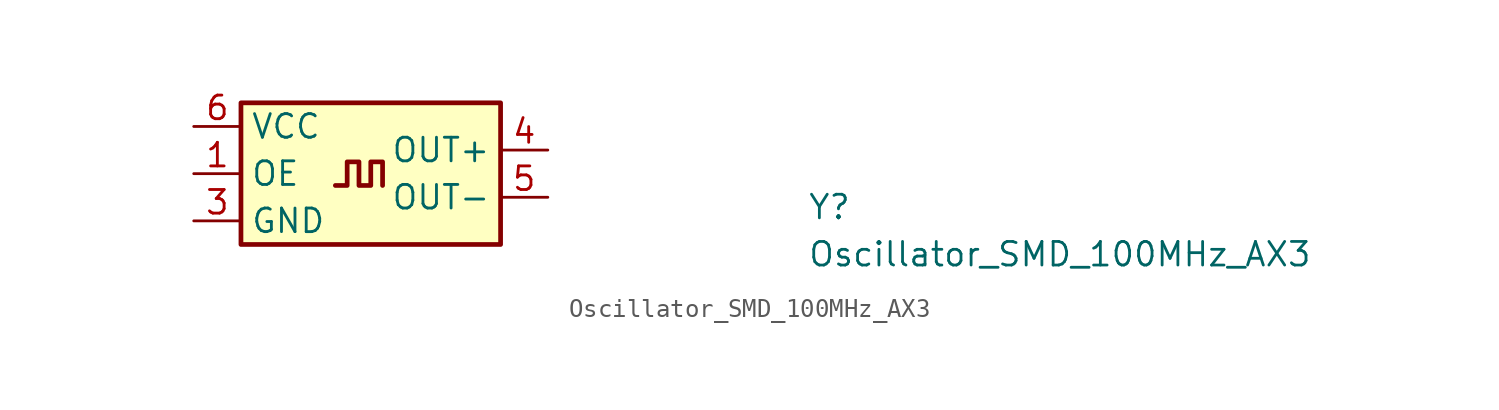
<source format=kicad_sym>
(kicad_symbol_lib
  (version 20211014)
  (generator kicad_symbol_editor)
  (symbol "Oscillator_SMD_100MHz_AX3"
    (property "Reference" "Y"
      (at 33.02 -5.08 0)
      (effects (font (size 1.27 1.27) (thickness 0.15)) (justify left bottom)))
    (property "Value" "Oscillator_SMD_100MHz_AX3"
      (at 33.02 -7.62 0)
      (effects (font (size 1.27 1.27) (thickness 0.15)) (justify left bottom)))
    (symbol "Oscillator_SMD_100MHz_AX3_1_1"
      (polyline (pts (xy 7.62 -3.175) (xy 8.255 -3.175) (xy 8.255 -1.905) (xy 8.89 -1.905) (xy 8.89 -3.175) (xy 9.525 -3.175) (xy 9.525 -1.905) (xy 10.16 -1.905) (xy 10.16 -3.175)) (stroke (width 0.254) (type default) (color 0 0 0 0)) (fill (type background)))
      (rectangle (start 2.54 1.27) (end 16.51 -6.35) (stroke (width 0.254) (type default) (color 0 0 0 0)) (fill (type background)))
      (pin input line (at 0 -2.54 0) (length 2.54) (name "OE" (effects (font (size 1.27 1.27)))) (number "1" (effects (font (size 1.27 1.27)))))
      (pin no_connect line (at 16.51 -5.08 180) (length 2.54) hide (name "NC" (effects (font (size 1.27 1.27)))) (number "2" (effects (font (size 1.27 1.27)))))
      (pin power_in line (at 0 -5.08 0) (length 2.54) (name "GND" (effects (font (size 1.27 1.27)))) (number "3" (effects (font (size 1.27 1.27)))))
      (pin output line (at 19.05 -1.27 180) (length 2.54) (name "OUT+" (effects (font (size 1.27 1.27)))) (number "4" (effects (font (size 1.27 1.27)))))
      (pin output line (at 19.05 -3.81 180) (length 2.54) (name "OUT-" (effects (font (size 1.27 1.27)))) (number "5" (effects (font (size 1.27 1.27)))))
      (pin power_in line (at 0 0 0) (length 2.54) (name "VCC" (effects (font (size 1.27 1.27)))) (number "6" (effects (font (size 1.27 1.27))))))))
</source>
